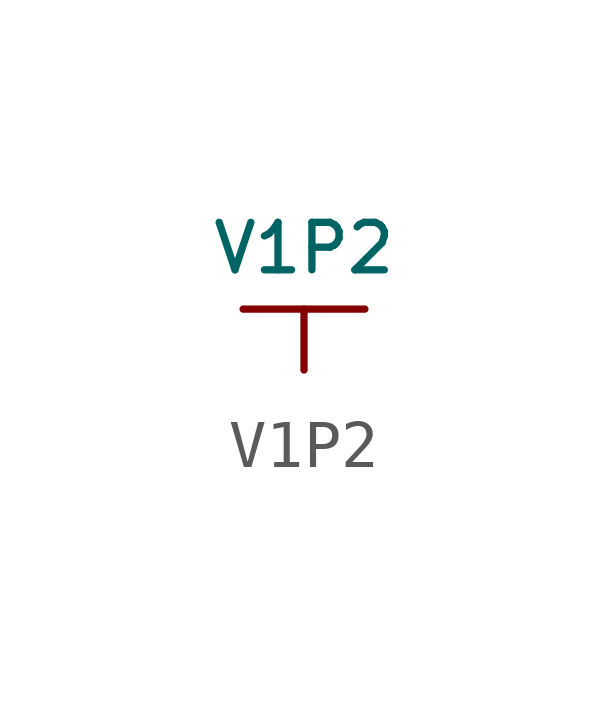
<source format=kicad_sym>
(kicad_symbol_lib
  (version 20220914)
  (generator kicad_symbol_editor)
  (symbol "V1P2"
    (power)
    (pin_numbers hide)
    (pin_names
      (offset 0) hide)
    (property "Reference" "#PWR"
      (at 0 -2.54 0)
      (effects (font (size 1.524 1.524)) hide))
    (property "Value" "V1P2"
      (at 0 1.27 0)
      (effects (font (size 0.991 0.991))))
    (property "Footprint" ""
      (at 0 0 0)
      (effects (font (size 1.524 1.524))))
    (property "Datasheet" ""
      (at 0 0 0)
      (effects (font (size 1.524 1.524))))
    (symbol "V1P2_0_1"
      (polyline (pts (xy -1.27 0) (xy 1.27 0)) (stroke (width 0) (type default)) (fill (type none))))
    (symbol "V1P2_1_1"
      (pin power_in line (at 0 -1.27 90) (length 1.27) (name "V1P2" (effects (font (size 1.27 1.27)))) (number "1" (effects (font (size 1.27 1.27))))))))
</source>
